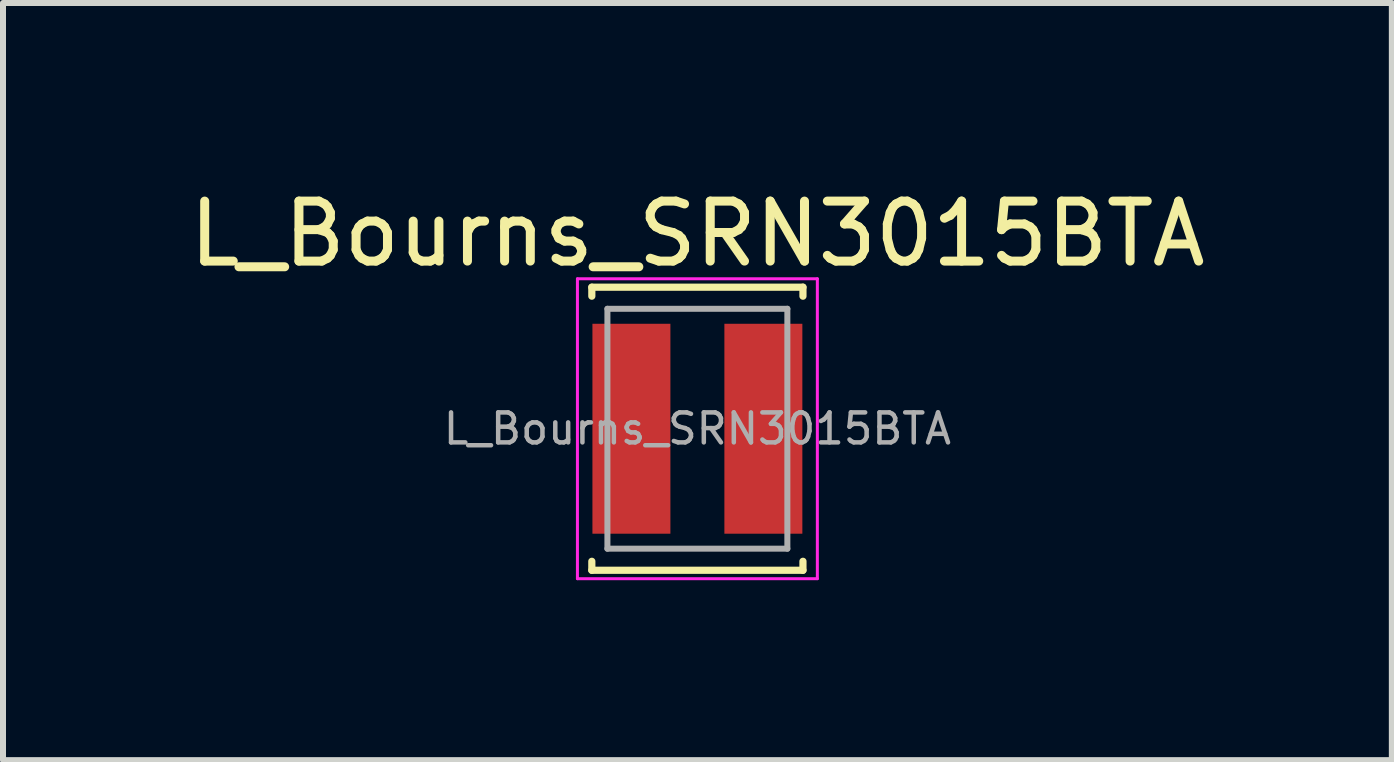
<source format=kicad_pcb>
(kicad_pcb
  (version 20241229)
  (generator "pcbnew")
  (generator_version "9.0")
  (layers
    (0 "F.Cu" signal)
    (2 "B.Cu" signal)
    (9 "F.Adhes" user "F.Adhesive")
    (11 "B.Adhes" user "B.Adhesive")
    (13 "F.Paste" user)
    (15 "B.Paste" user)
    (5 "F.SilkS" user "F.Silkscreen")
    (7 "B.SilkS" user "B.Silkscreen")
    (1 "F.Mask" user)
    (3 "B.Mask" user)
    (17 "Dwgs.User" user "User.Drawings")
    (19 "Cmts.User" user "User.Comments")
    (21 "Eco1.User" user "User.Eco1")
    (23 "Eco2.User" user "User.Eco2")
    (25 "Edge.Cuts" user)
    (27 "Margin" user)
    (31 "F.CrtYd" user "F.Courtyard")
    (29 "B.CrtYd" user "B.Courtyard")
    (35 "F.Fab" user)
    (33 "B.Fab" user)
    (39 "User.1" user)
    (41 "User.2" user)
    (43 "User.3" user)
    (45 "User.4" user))
  (footprint "L_Bourns_SRN3015BTA"
    (layer "F.Cu")
    (at 8.577 4.098)
    (property "Reference" "L_Bourns_SRN3015BTA" (at 0 -3.25 0) (layer "F.SilkS") (effects (font (size 1 1) (thickness 0.15))))
    (attr smd)
    (fp_line (start -1.76 -2.36) (end -1.76 -2.21) (stroke (width 0.12) (type solid)) (layer "F.SilkS"))
    (fp_line (start -1.76 -2.36) (end 1.76 -2.36) (stroke (width 0.12) (type solid)) (layer "F.SilkS"))
    (fp_line (start -1.76 2.21) (end -1.76 2.36) (stroke (width 0.12) (type solid)) (layer "F.SilkS"))
    (fp_line (start -1.76 2.36) (end 1.76 2.36) (stroke (width 0.12) (type solid)) (layer "F.SilkS"))
    (fp_line (start 1.76 -2.36) (end 1.76 -2.21) (stroke (width 0.12) (type solid)) (layer "F.SilkS"))
    (fp_line (start 1.76 2.36) (end 1.76 2.21) (stroke (width 0.12) (type solid)) (layer "F.SilkS"))
    (fp_line (start -2 -2.5) (end -2 2.5) (stroke (width 0.05) (type solid)) (layer "F.CrtYd"))
    (fp_line (start -2 2.5) (end 2 2.5) (stroke (width 0.05) (type solid)) (layer "F.CrtYd"))
    (fp_line (start 2 -2.5) (end -2 -2.5) (stroke (width 0.05) (type solid)) (layer "F.CrtYd"))
    (fp_line (start 2 2.5) (end 2 -2.5) (stroke (width 0.05) (type solid)) (layer "F.CrtYd"))
    (fp_line (start -1.5 -2) (end -1.5 2) (stroke (width 0.1) (type solid)) (layer "F.Fab"))
    (fp_line (start -1.5 2) (end 1.5 2) (stroke (width 0.1) (type solid)) (layer "F.Fab"))
    (fp_line (start 1.5 -2) (end -1.5 -2) (stroke (width 0.1) (type solid)) (layer "F.Fab"))
    (fp_line (start 1.5 2) (end 1.5 -2) (stroke (width 0.1) (type solid)) (layer "F.Fab"))
    (fp_text user "${REFERENCE}" (at 0 0 0) (layer "F.Fab") (effects (font (size 0.5 0.5) (thickness 0.075))))
    (pad "1" smd rect (at -1.1 0) (size 1.3 3.5) (layers "F.Cu" "F.Mask" "F.Paste"))
    (pad "2" smd rect (at 1.1 0) (size 1.3 3.5) (layers "F.Cu" "F.Mask" "F.Paste")))
  (gr_rect
    (start -3 -3)
    (end 20.155 9.623)
    (stroke (width 0.1) (type default))
    (fill no)
    (layer "Edge.Cuts")))
</source>
